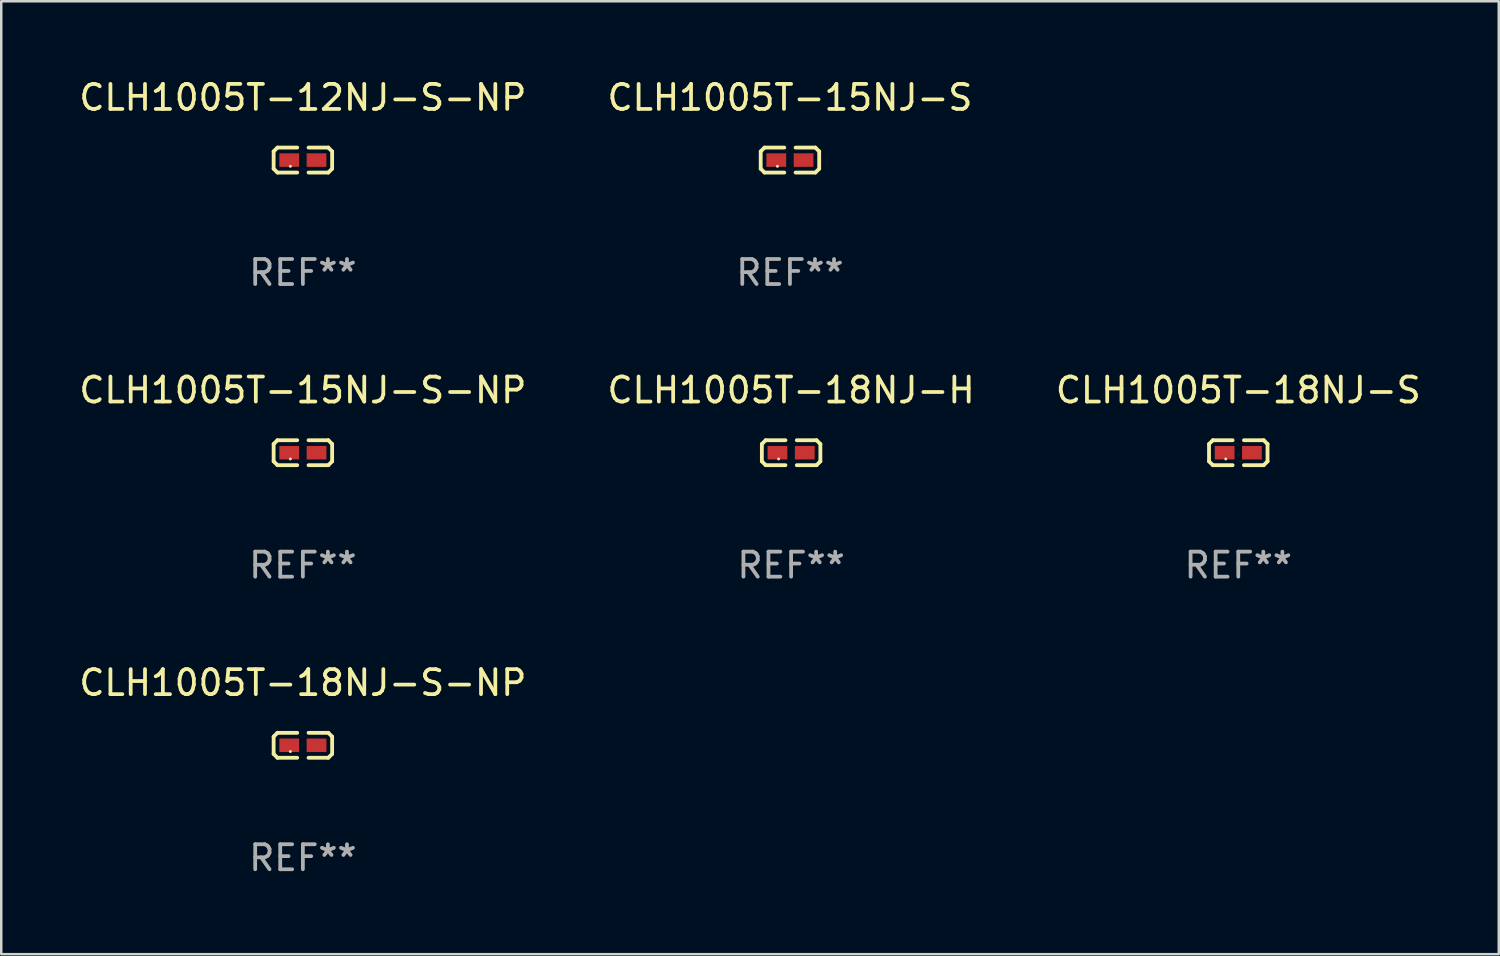
<source format=kicad_pcb>
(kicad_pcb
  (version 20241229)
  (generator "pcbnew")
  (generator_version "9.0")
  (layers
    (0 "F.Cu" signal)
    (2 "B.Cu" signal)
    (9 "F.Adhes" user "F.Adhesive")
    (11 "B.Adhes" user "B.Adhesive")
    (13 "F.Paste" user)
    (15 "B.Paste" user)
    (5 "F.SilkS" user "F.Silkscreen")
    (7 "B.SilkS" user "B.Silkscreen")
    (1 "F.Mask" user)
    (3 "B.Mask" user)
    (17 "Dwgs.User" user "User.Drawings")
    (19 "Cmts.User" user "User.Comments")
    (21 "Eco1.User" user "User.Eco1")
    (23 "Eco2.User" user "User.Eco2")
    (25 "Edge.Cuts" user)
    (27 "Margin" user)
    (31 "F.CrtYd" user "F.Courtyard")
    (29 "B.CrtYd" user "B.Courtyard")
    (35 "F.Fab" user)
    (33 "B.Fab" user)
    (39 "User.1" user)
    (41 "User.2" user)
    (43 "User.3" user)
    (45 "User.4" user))
  (footprint "CLH1005T-15NJ-S"
    (layer "F.Cu")
    (at 28.518 3.347)
    (property "Reference" "CLH1005T-15NJ-S" (at 0 -2.499 0) (layer "F.SilkS") (effects (font (size 1 1) (thickness 0.15))))
    (attr through_hole)
    (fp_line (start -1.169 -0.346) (end -1.016 -0.499) (stroke (width 0.152) (type solid)) (layer "F.SilkS"))
    (fp_line (start -1.169 0.346) (end -1.169 -0.346) (stroke (width 0.152) (type solid)) (layer "F.SilkS"))
    (fp_line (start -1.016 -0.499) (end -0.226 -0.499) (stroke (width 0.152) (type solid)) (layer "F.SilkS"))
    (fp_line (start -1.016 0.499) (end -1.169 0.346) (stroke (width 0.152) (type solid)) (layer "F.SilkS"))
    (fp_line (start -0.226 0.499) (end -1.016 0.499) (stroke (width 0.152) (type solid)) (layer "F.SilkS"))
    (fp_line (start 0.226 0.499) (end 1.016 0.499) (stroke (width 0.152) (type solid)) (layer "F.SilkS"))
    (fp_line (start 1.016 -0.499) (end 0.226 -0.499) (stroke (width 0.152) (type solid)) (layer "F.SilkS"))
    (fp_line (start 1.016 0.499) (end 1.169 0.346) (stroke (width 0.152) (type solid)) (layer "F.SilkS"))
    (fp_line (start 1.169 -0.346) (end 1.016 -0.499) (stroke (width 0.152) (type solid)) (layer "F.SilkS"))
    (fp_line (start 1.169 0.346) (end 1.169 -0.346) (stroke (width 0.152) (type solid)) (layer "F.SilkS"))
    (fp_circle (center -0.5 0.25) (end -0.47 0.25) (stroke (width 0.06) (type solid)) (fill no) (layer "F.SilkS"))
    (fp_text user "REF**" (at 0 4.499 0) (layer "F.Fab") (effects (font (size 1 1) (thickness 0.15))))
    (pad "1" smd rect (at -0.545 0) (size 0.79 0.54) (layers "F.Cu" "F.Mask" "F.Paste"))
    (pad "2" smd rect (at 0.545 0) (size 0.79 0.54) (layers "F.Cu" "F.Mask" "F.Paste")))
  (footprint "CLH1005T-12NJ-S-NP"
    (layer "F.Cu")
    (at 9.054 3.347)
    (property "Reference" "CLH1005T-12NJ-S-NP" (at 0 -2.499 0) (layer "F.SilkS") (effects (font (size 1 1) (thickness 0.15))))
    (attr through_hole)
    (fp_line (start -1.169 -0.346) (end -1.016 -0.499) (stroke (width 0.152) (type solid)) (layer "F.SilkS"))
    (fp_line (start -1.169 0.346) (end -1.169 -0.346) (stroke (width 0.152) (type solid)) (layer "F.SilkS"))
    (fp_line (start -1.016 -0.499) (end -0.226 -0.499) (stroke (width 0.152) (type solid)) (layer "F.SilkS"))
    (fp_line (start -1.016 0.499) (end -1.169 0.346) (stroke (width 0.152) (type solid)) (layer "F.SilkS"))
    (fp_line (start -0.226 0.499) (end -1.016 0.499) (stroke (width 0.152) (type solid)) (layer "F.SilkS"))
    (fp_line (start 0.226 0.499) (end 1.016 0.499) (stroke (width 0.152) (type solid)) (layer "F.SilkS"))
    (fp_line (start 1.016 -0.499) (end 0.226 -0.499) (stroke (width 0.152) (type solid)) (layer "F.SilkS"))
    (fp_line (start 1.016 0.499) (end 1.169 0.346) (stroke (width 0.152) (type solid)) (layer "F.SilkS"))
    (fp_line (start 1.169 -0.346) (end 1.016 -0.499) (stroke (width 0.152) (type solid)) (layer "F.SilkS"))
    (fp_line (start 1.169 0.346) (end 1.169 -0.346) (stroke (width 0.152) (type solid)) (layer "F.SilkS"))
    (fp_circle (center -0.5 0.25) (end -0.47 0.25) (stroke (width 0.06) (type solid)) (fill no) (layer "F.SilkS"))
    (fp_text user "REF**" (at 0 4.499 0) (layer "F.Fab") (effects (font (size 1 1) (thickness 0.15))))
    (pad "1" smd rect (at -0.545 0) (size 0.79 0.54) (layers "F.Cu" "F.Mask" "F.Paste"))
    (pad "2" smd rect (at 0.545 0) (size 0.79 0.54) (layers "F.Cu" "F.Mask" "F.Paste")))
  (footprint "CLH1005T-18NJ-H"
    (layer "F.Cu")
    (at 28.565 15.041)
    (property "Reference" "CLH1005T-18NJ-H" (at 0 -2.499 0) (layer "F.SilkS") (effects (font (size 1 1) (thickness 0.15))))
    (attr through_hole)
    (fp_line (start -1.169 -0.346) (end -1.016 -0.499) (stroke (width 0.152) (type solid)) (layer "F.SilkS"))
    (fp_line (start -1.169 0.346) (end -1.169 -0.346) (stroke (width 0.152) (type solid)) (layer "F.SilkS"))
    (fp_line (start -1.016 -0.499) (end -0.226 -0.499) (stroke (width 0.152) (type solid)) (layer "F.SilkS"))
    (fp_line (start -1.016 0.499) (end -1.169 0.346) (stroke (width 0.152) (type solid)) (layer "F.SilkS"))
    (fp_line (start -0.226 0.499) (end -1.016 0.499) (stroke (width 0.152) (type solid)) (layer "F.SilkS"))
    (fp_line (start 0.226 0.499) (end 1.016 0.499) (stroke (width 0.152) (type solid)) (layer "F.SilkS"))
    (fp_line (start 1.016 -0.499) (end 0.226 -0.499) (stroke (width 0.152) (type solid)) (layer "F.SilkS"))
    (fp_line (start 1.016 0.499) (end 1.169 0.346) (stroke (width 0.152) (type solid)) (layer "F.SilkS"))
    (fp_line (start 1.169 -0.346) (end 1.016 -0.499) (stroke (width 0.152) (type solid)) (layer "F.SilkS"))
    (fp_line (start 1.169 0.346) (end 1.169 -0.346) (stroke (width 0.152) (type solid)) (layer "F.SilkS"))
    (fp_circle (center -0.5 0.25) (end -0.47 0.25) (stroke (width 0.06) (type solid)) (fill no) (layer "F.SilkS"))
    (fp_text user "REF**" (at 0 4.499 0) (layer "F.Fab") (effects (font (size 1 1) (thickness 0.15))))
    (pad "1" smd rect (at -0.545 0) (size 0.79 0.54) (layers "F.Cu" "F.Mask" "F.Paste"))
    (pad "2" smd rect (at 0.545 0) (size 0.79 0.54) (layers "F.Cu" "F.Mask" "F.Paste")))
  (footprint "CLH1005T-15NJ-S-NP"
    (layer "F.Cu")
    (at 9.054 15.041)
    (property "Reference" "CLH1005T-15NJ-S-NP" (at 0 -2.499 0) (layer "F.SilkS") (effects (font (size 1 1) (thickness 0.15))))
    (attr through_hole)
    (fp_line (start -1.169 -0.346) (end -1.016 -0.499) (stroke (width 0.152) (type solid)) (layer "F.SilkS"))
    (fp_line (start -1.169 0.346) (end -1.169 -0.346) (stroke (width 0.152) (type solid)) (layer "F.SilkS"))
    (fp_line (start -1.016 -0.499) (end -0.226 -0.499) (stroke (width 0.152) (type solid)) (layer "F.SilkS"))
    (fp_line (start -1.016 0.499) (end -1.169 0.346) (stroke (width 0.152) (type solid)) (layer "F.SilkS"))
    (fp_line (start -0.226 0.499) (end -1.016 0.499) (stroke (width 0.152) (type solid)) (layer "F.SilkS"))
    (fp_line (start 0.226 0.499) (end 1.016 0.499) (stroke (width 0.152) (type solid)) (layer "F.SilkS"))
    (fp_line (start 1.016 -0.499) (end 0.226 -0.499) (stroke (width 0.152) (type solid)) (layer "F.SilkS"))
    (fp_line (start 1.016 0.499) (end 1.169 0.346) (stroke (width 0.152) (type solid)) (layer "F.SilkS"))
    (fp_line (start 1.169 -0.346) (end 1.016 -0.499) (stroke (width 0.152) (type solid)) (layer "F.SilkS"))
    (fp_line (start 1.169 0.346) (end 1.169 -0.346) (stroke (width 0.152) (type solid)) (layer "F.SilkS"))
    (fp_circle (center -0.5 0.25) (end -0.47 0.25) (stroke (width 0.06) (type solid)) (fill no) (layer "F.SilkS"))
    (fp_text user "REF**" (at 0 4.499 0) (layer "F.Fab") (effects (font (size 1 1) (thickness 0.15))))
    (pad "1" smd rect (at -0.545 0) (size 0.79 0.54) (layers "F.Cu" "F.Mask" "F.Paste"))
    (pad "2" smd rect (at 0.545 0) (size 0.79 0.54) (layers "F.Cu" "F.Mask" "F.Paste")))
  (footprint "CLH1005T-18NJ-S-NP"
    (layer "F.Cu")
    (at 9.054 26.734)
    (property "Reference" "CLH1005T-18NJ-S-NP" (at 0 -2.499 0) (layer "F.SilkS") (effects (font (size 1 1) (thickness 0.15))))
    (attr through_hole)
    (fp_line (start -1.169 -0.346) (end -1.016 -0.499) (stroke (width 0.152) (type solid)) (layer "F.SilkS"))
    (fp_line (start -1.169 0.346) (end -1.169 -0.346) (stroke (width 0.152) (type solid)) (layer "F.SilkS"))
    (fp_line (start -1.016 -0.499) (end -0.226 -0.499) (stroke (width 0.152) (type solid)) (layer "F.SilkS"))
    (fp_line (start -1.016 0.499) (end -1.169 0.346) (stroke (width 0.152) (type solid)) (layer "F.SilkS"))
    (fp_line (start -0.226 0.499) (end -1.016 0.499) (stroke (width 0.152) (type solid)) (layer "F.SilkS"))
    (fp_line (start 0.226 0.499) (end 1.016 0.499) (stroke (width 0.152) (type solid)) (layer "F.SilkS"))
    (fp_line (start 1.016 -0.499) (end 0.226 -0.499) (stroke (width 0.152) (type solid)) (layer "F.SilkS"))
    (fp_line (start 1.016 0.499) (end 1.169 0.346) (stroke (width 0.152) (type solid)) (layer "F.SilkS"))
    (fp_line (start 1.169 -0.346) (end 1.016 -0.499) (stroke (width 0.152) (type solid)) (layer "F.SilkS"))
    (fp_line (start 1.169 0.346) (end 1.169 -0.346) (stroke (width 0.152) (type solid)) (layer "F.SilkS"))
    (fp_circle (center -0.5 0.25) (end -0.47 0.25) (stroke (width 0.06) (type solid)) (fill no) (layer "F.SilkS"))
    (fp_text user "REF**" (at 0 4.499 0) (layer "F.Fab") (effects (font (size 1 1) (thickness 0.15))))
    (pad "1" smd rect (at -0.545 0) (size 0.79 0.54) (layers "F.Cu" "F.Mask" "F.Paste"))
    (pad "2" smd rect (at 0.545 0) (size 0.79 0.54) (layers "F.Cu" "F.Mask" "F.Paste")))
  (footprint "CLH1005T-18NJ-S"
    (layer "F.Cu")
    (at 46.435 15.041)
    (property "Reference" "CLH1005T-18NJ-S" (at 0 -2.499 0) (layer "F.SilkS") (effects (font (size 1 1) (thickness 0.15))))
    (attr through_hole)
    (fp_line (start -1.169 -0.346) (end -1.016 -0.499) (stroke (width 0.152) (type solid)) (layer "F.SilkS"))
    (fp_line (start -1.169 0.346) (end -1.169 -0.346) (stroke (width 0.152) (type solid)) (layer "F.SilkS"))
    (fp_line (start -1.016 -0.499) (end -0.226 -0.499) (stroke (width 0.152) (type solid)) (layer "F.SilkS"))
    (fp_line (start -1.016 0.499) (end -1.169 0.346) (stroke (width 0.152) (type solid)) (layer "F.SilkS"))
    (fp_line (start -0.226 0.499) (end -1.016 0.499) (stroke (width 0.152) (type solid)) (layer "F.SilkS"))
    (fp_line (start 0.226 0.499) (end 1.016 0.499) (stroke (width 0.152) (type solid)) (layer "F.SilkS"))
    (fp_line (start 1.016 -0.499) (end 0.226 -0.499) (stroke (width 0.152) (type solid)) (layer "F.SilkS"))
    (fp_line (start 1.016 0.499) (end 1.169 0.346) (stroke (width 0.152) (type solid)) (layer "F.SilkS"))
    (fp_line (start 1.169 -0.346) (end 1.016 -0.499) (stroke (width 0.152) (type solid)) (layer "F.SilkS"))
    (fp_line (start 1.169 0.346) (end 1.169 -0.346) (stroke (width 0.152) (type solid)) (layer "F.SilkS"))
    (fp_circle (center -0.5 0.25) (end -0.47 0.25) (stroke (width 0.06) (type solid)) (fill no) (layer "F.SilkS"))
    (fp_text user "REF**" (at 0 4.499 0) (layer "F.Fab") (effects (font (size 1 1) (thickness 0.15))))
    (pad "1" smd rect (at -0.545 0) (size 0.79 0.54) (layers "F.Cu" "F.Mask" "F.Paste"))
    (pad "2" smd rect (at 0.545 0) (size 0.79 0.54) (layers "F.Cu" "F.Mask" "F.Paste")))
  (gr_rect
    (start -3 -3)
    (end 56.845 35.081)
    (stroke (width 0.1) (type default))
    (fill no)
    (layer "Edge.Cuts")))
</source>
